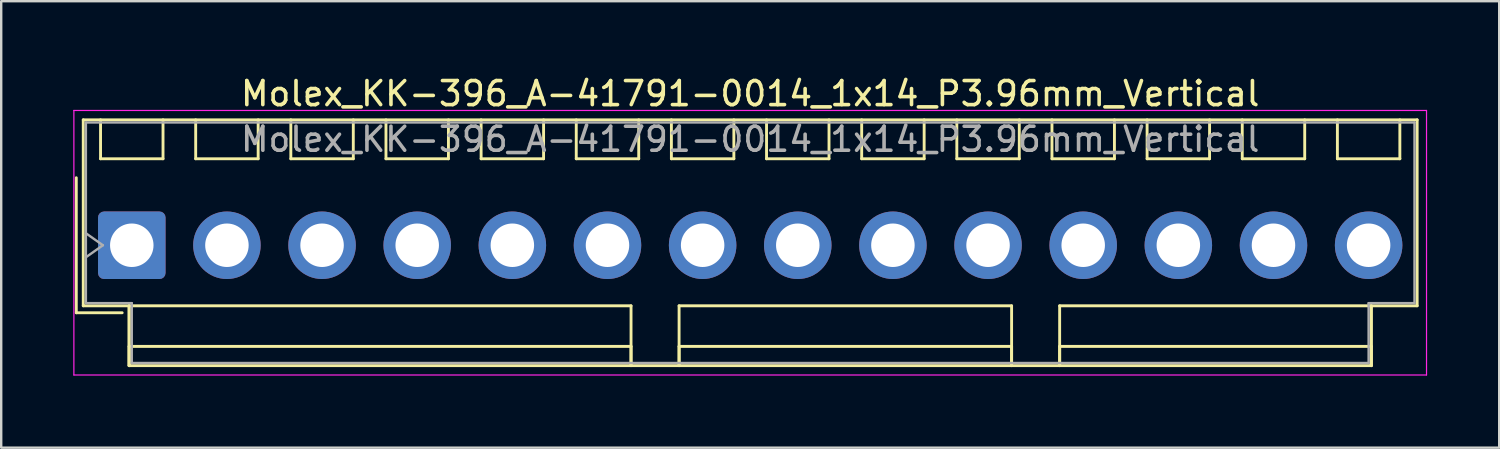
<source format=kicad_pcb>
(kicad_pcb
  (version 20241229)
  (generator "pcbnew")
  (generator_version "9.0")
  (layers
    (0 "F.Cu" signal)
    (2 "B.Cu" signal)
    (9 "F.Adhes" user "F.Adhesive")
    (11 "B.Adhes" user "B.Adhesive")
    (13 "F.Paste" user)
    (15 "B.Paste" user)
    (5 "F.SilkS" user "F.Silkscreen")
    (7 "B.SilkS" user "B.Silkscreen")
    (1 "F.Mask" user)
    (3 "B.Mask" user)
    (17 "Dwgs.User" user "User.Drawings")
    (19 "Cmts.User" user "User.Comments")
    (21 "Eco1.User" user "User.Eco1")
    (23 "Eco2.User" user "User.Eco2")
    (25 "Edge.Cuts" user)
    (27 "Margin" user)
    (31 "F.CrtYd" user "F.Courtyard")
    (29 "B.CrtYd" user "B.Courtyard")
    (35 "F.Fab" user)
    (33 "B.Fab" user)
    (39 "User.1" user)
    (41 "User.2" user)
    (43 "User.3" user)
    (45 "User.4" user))
  (footprint "Molex_KK-396_A-41791-0014_1x14_P3.96mm_Vertical"
    (layer "F.Cu")
    (at 2.435 7.158)
    (property "Reference" "Molex_KK-396_A-41791-0014_1x14_P3.96mm_Vertical" (at 25.74 -6.31 0) (layer "F.SilkS") (effects (font (size 1 1) (thickness 0.15))))
    (attr through_hole)
    (fp_line (start -2.31 -2.81) (end -2.31 2.81) (stroke (width 0.12) (type solid)) (layer "F.SilkS"))
    (fp_line (start -2.31 2.81) (end -0.4 2.81) (stroke (width 0.12) (type solid)) (layer "F.SilkS"))
    (fp_line (start -2.02 -5.22) (end 53.5 -5.22) (stroke (width 0.12) (type solid)) (layer "F.SilkS"))
    (fp_line (start -2.02 2.52) (end -2.02 -5.22) (stroke (width 0.12) (type solid)) (layer "F.SilkS"))
    (fp_line (start -1.3 -5.22) (end -1.3 -3.6) (stroke (width 0.12) (type solid)) (layer "F.SilkS"))
    (fp_line (start -1.3 -3.6) (end 1.3 -3.6) (stroke (width 0.12) (type solid)) (layer "F.SilkS"))
    (fp_line (start -0.11 2.52) (end -2.02 2.52) (stroke (width 0.12) (type solid)) (layer "F.SilkS"))
    (fp_line (start -0.11 2.52) (end 20.78 2.52) (stroke (width 0.12) (type solid)) (layer "F.SilkS"))
    (fp_line (start -0.11 4.21) (end 20.78 4.21) (stroke (width 0.12) (type solid)) (layer "F.SilkS"))
    (fp_line (start -0.11 5.01) (end -0.11 2.52) (stroke (width 0.12) (type solid)) (layer "F.SilkS"))
    (fp_line (start -0.11 5.01) (end -0.11 2.52) (stroke (width 0.12) (type solid)) (layer "F.SilkS"))
    (fp_line (start -0.11 5.01) (end -0.11 4.21) (stroke (width 0.12) (type solid)) (layer "F.SilkS"))
    (fp_line (start 1.3 -3.6) (end 1.3 -5.22) (stroke (width 0.12) (type solid)) (layer "F.SilkS"))
    (fp_line (start 2.66 -5.22) (end 2.66 -3.6) (stroke (width 0.12) (type solid)) (layer "F.SilkS"))
    (fp_line (start 2.66 -3.6) (end 5.26 -3.6) (stroke (width 0.12) (type solid)) (layer "F.SilkS"))
    (fp_line (start 5.26 -3.6) (end 5.26 -5.22) (stroke (width 0.12) (type solid)) (layer "F.SilkS"))
    (fp_line (start 6.62 -5.22) (end 6.62 -3.6) (stroke (width 0.12) (type solid)) (layer "F.SilkS"))
    (fp_line (start 6.62 -3.6) (end 9.22 -3.6) (stroke (width 0.12) (type solid)) (layer "F.SilkS"))
    (fp_line (start 9.22 -3.6) (end 9.22 -5.22) (stroke (width 0.12) (type solid)) (layer "F.SilkS"))
    (fp_line (start 10.58 -5.22) (end 10.58 -3.6) (stroke (width 0.12) (type solid)) (layer "F.SilkS"))
    (fp_line (start 10.58 -3.6) (end 13.18 -3.6) (stroke (width 0.12) (type solid)) (layer "F.SilkS"))
    (fp_line (start 13.18 -3.6) (end 13.18 -5.22) (stroke (width 0.12) (type solid)) (layer "F.SilkS"))
    (fp_line (start 14.54 -5.22) (end 14.54 -3.6) (stroke (width 0.12) (type solid)) (layer "F.SilkS"))
    (fp_line (start 14.54 -3.6) (end 17.14 -3.6) (stroke (width 0.12) (type solid)) (layer "F.SilkS"))
    (fp_line (start 17.14 -3.6) (end 17.14 -5.22) (stroke (width 0.12) (type solid)) (layer "F.SilkS"))
    (fp_line (start 18.5 -5.22) (end 18.5 -3.6) (stroke (width 0.12) (type solid)) (layer "F.SilkS"))
    (fp_line (start 18.5 -3.6) (end 21.1 -3.6) (stroke (width 0.12) (type solid)) (layer "F.SilkS"))
    (fp_line (start 20.78 2.52) (end 20.78 5.01) (stroke (width 0.12) (type solid)) (layer "F.SilkS"))
    (fp_line (start 20.78 4.21) (end 20.78 5.01) (stroke (width 0.12) (type solid)) (layer "F.SilkS"))
    (fp_line (start 21.1 -3.6) (end 21.1 -5.22) (stroke (width 0.12) (type solid)) (layer "F.SilkS"))
    (fp_line (start 22.46 -5.22) (end 22.46 -3.6) (stroke (width 0.12) (type solid)) (layer "F.SilkS"))
    (fp_line (start 22.46 -3.6) (end 25.06 -3.6) (stroke (width 0.12) (type solid)) (layer "F.SilkS"))
    (fp_line (start 22.78 2.52) (end 36.62 2.52) (stroke (width 0.12) (type solid)) (layer "F.SilkS"))
    (fp_line (start 22.78 4.21) (end 36.62 4.21) (stroke (width 0.12) (type solid)) (layer "F.SilkS"))
    (fp_line (start 22.78 5.01) (end 22.78 2.52) (stroke (width 0.12) (type solid)) (layer "F.SilkS"))
    (fp_line (start 22.78 5.01) (end 22.78 4.21) (stroke (width 0.12) (type solid)) (layer "F.SilkS"))
    (fp_line (start 25.06 -3.6) (end 25.06 -5.22) (stroke (width 0.12) (type solid)) (layer "F.SilkS"))
    (fp_line (start 26.42 -5.22) (end 26.42 -3.6) (stroke (width 0.12) (type solid)) (layer "F.SilkS"))
    (fp_line (start 26.42 -3.6) (end 29.02 -3.6) (stroke (width 0.12) (type solid)) (layer "F.SilkS"))
    (fp_line (start 29.02 -3.6) (end 29.02 -5.22) (stroke (width 0.12) (type solid)) (layer "F.SilkS"))
    (fp_line (start 30.38 -5.22) (end 30.38 -3.6) (stroke (width 0.12) (type solid)) (layer "F.SilkS"))
    (fp_line (start 30.38 -3.6) (end 32.98 -3.6) (stroke (width 0.12) (type solid)) (layer "F.SilkS"))
    (fp_line (start 32.98 -3.6) (end 32.98 -5.22) (stroke (width 0.12) (type solid)) (layer "F.SilkS"))
    (fp_line (start 34.34 -5.22) (end 34.34 -3.6) (stroke (width 0.12) (type solid)) (layer "F.SilkS"))
    (fp_line (start 34.34 -3.6) (end 36.94 -3.6) (stroke (width 0.12) (type solid)) (layer "F.SilkS"))
    (fp_line (start 36.62 2.52) (end 36.62 5.01) (stroke (width 0.12) (type solid)) (layer "F.SilkS"))
    (fp_line (start 36.62 4.21) (end 36.62 5.01) (stroke (width 0.12) (type solid)) (layer "F.SilkS"))
    (fp_line (start 36.94 -3.6) (end 36.94 -5.22) (stroke (width 0.12) (type solid)) (layer "F.SilkS"))
    (fp_line (start 38.3 -5.22) (end 38.3 -3.6) (stroke (width 0.12) (type solid)) (layer "F.SilkS"))
    (fp_line (start 38.3 -3.6) (end 40.9 -3.6) (stroke (width 0.12) (type solid)) (layer "F.SilkS"))
    (fp_line (start 38.62 2.52) (end 38.62 5.01) (stroke (width 0.12) (type solid)) (layer "F.SilkS"))
    (fp_line (start 38.62 4.21) (end 38.62 5.01) (stroke (width 0.12) (type solid)) (layer "F.SilkS"))
    (fp_line (start 40.9 -3.6) (end 40.9 -5.22) (stroke (width 0.12) (type solid)) (layer "F.SilkS"))
    (fp_line (start 42.26 -5.22) (end 42.26 -3.6) (stroke (width 0.12) (type solid)) (layer "F.SilkS"))
    (fp_line (start 42.26 -3.6) (end 44.86 -3.6) (stroke (width 0.12) (type solid)) (layer "F.SilkS"))
    (fp_line (start 44.86 -3.6) (end 44.86 -5.22) (stroke (width 0.12) (type solid)) (layer "F.SilkS"))
    (fp_line (start 46.22 -5.22) (end 46.22 -3.6) (stroke (width 0.12) (type solid)) (layer "F.SilkS"))
    (fp_line (start 46.22 -3.6) (end 48.82 -3.6) (stroke (width 0.12) (type solid)) (layer "F.SilkS"))
    (fp_line (start 48.82 -3.6) (end 48.82 -5.22) (stroke (width 0.12) (type solid)) (layer "F.SilkS"))
    (fp_line (start 50.18 -5.22) (end 50.18 -3.6) (stroke (width 0.12) (type solid)) (layer "F.SilkS"))
    (fp_line (start 50.18 -3.6) (end 52.78 -3.6) (stroke (width 0.12) (type solid)) (layer "F.SilkS"))
    (fp_line (start 51.59 2.52) (end 38.62 2.52) (stroke (width 0.12) (type solid)) (layer "F.SilkS"))
    (fp_line (start 51.59 2.52) (end 51.59 5.01) (stroke (width 0.12) (type solid)) (layer "F.SilkS"))
    (fp_line (start 51.59 4.21) (end 38.62 4.21) (stroke (width 0.12) (type solid)) (layer "F.SilkS"))
    (fp_line (start 51.59 5.01) (end -0.11 5.01) (stroke (width 0.12) (type solid)) (layer "F.SilkS"))
    (fp_line (start 51.59 5.01) (end 51.59 2.52) (stroke (width 0.12) (type solid)) (layer "F.SilkS"))
    (fp_line (start 51.59 5.01) (end 51.59 4.21) (stroke (width 0.12) (type solid)) (layer "F.SilkS"))
    (fp_line (start 52.78 -3.6) (end 52.78 -5.22) (stroke (width 0.12) (type solid)) (layer "F.SilkS"))
    (fp_line (start 53.5 -5.22) (end 53.5 2.52) (stroke (width 0.12) (type solid)) (layer "F.SilkS"))
    (fp_line (start 53.5 2.52) (end 51.59 2.52) (stroke (width 0.12) (type solid)) (layer "F.SilkS"))
    (fp_line (start -2.41 -5.61) (end -2.41 5.4) (stroke (width 0.05) (type solid)) (layer "F.CrtYd"))
    (fp_line (start -2.41 5.4) (end 53.89 5.4) (stroke (width 0.05) (type solid)) (layer "F.CrtYd"))
    (fp_line (start 53.89 -5.61) (end -2.41 -5.61) (stroke (width 0.05) (type solid)) (layer "F.CrtYd"))
    (fp_line (start 53.89 5.4) (end 53.89 -5.61) (stroke (width 0.05) (type solid)) (layer "F.CrtYd"))
    (fp_line (start -1.91 -5.11) (end 53.39 -5.11) (stroke (width 0.1) (type solid)) (layer "F.Fab"))
    (fp_line (start -1.91 -0.5) (end -1.203 0) (stroke (width 0.1) (type solid)) (layer "F.Fab"))
    (fp_line (start -1.91 2.41) (end -1.91 -5.11) (stroke (width 0.1) (type solid)) (layer "F.Fab"))
    (fp_line (start -1.203 0) (end -1.91 0.5) (stroke (width 0.1) (type solid)) (layer "F.Fab"))
    (fp_line (start 0 2.41) (end -1.91 2.41) (stroke (width 0.1) (type solid)) (layer "F.Fab"))
    (fp_line (start 0 4.9) (end 0 2.41) (stroke (width 0.1) (type solid)) (layer "F.Fab"))
    (fp_line (start 51.48 2.41) (end 51.48 4.9) (stroke (width 0.1) (type solid)) (layer "F.Fab"))
    (fp_line (start 51.48 4.9) (end 0 4.9) (stroke (width 0.1) (type solid)) (layer "F.Fab"))
    (fp_line (start 53.39 -5.11) (end 53.39 2.41) (stroke (width 0.1) (type solid)) (layer "F.Fab"))
    (fp_line (start 53.39 2.41) (end 51.48 2.41) (stroke (width 0.1) (type solid)) (layer "F.Fab"))
    (fp_text user "${REFERENCE}" (at 25.74 -4.41 0) (layer "F.Fab") (effects (font (size 1 1) (thickness 0.15))))
    (pad "1" thru_hole roundrect (at 0 0) (size 2.81 2.81) (drill 1.81) (layers "*.Cu" "*.Mask") (roundrect_rratio 0.089))
    (pad "2" thru_hole circle (at 3.96 0) (size 2.81 2.81) (drill 1.81) (layers "*.Cu" "*.Mask"))
    (pad "3" thru_hole circle (at 7.92 0) (size 2.81 2.81) (drill 1.81) (layers "*.Cu" "*.Mask"))
    (pad "4" thru_hole circle (at 11.88 0) (size 2.81 2.81) (drill 1.81) (layers "*.Cu" "*.Mask"))
    (pad "5" thru_hole circle (at 15.84 0) (size 2.81 2.81) (drill 1.81) (layers "*.Cu" "*.Mask"))
    (pad "6" thru_hole circle (at 19.8 0) (size 2.81 2.81) (drill 1.81) (layers "*.Cu" "*.Mask"))
    (pad "7" thru_hole circle (at 23.76 0) (size 2.81 2.81) (drill 1.81) (layers "*.Cu" "*.Mask"))
    (pad "8" thru_hole circle (at 27.72 0) (size 2.81 2.81) (drill 1.81) (layers "*.Cu" "*.Mask"))
    (pad "9" thru_hole circle (at 31.68 0) (size 2.81 2.81) (drill 1.81) (layers "*.Cu" "*.Mask"))
    (pad "10" thru_hole circle (at 35.64 0) (size 2.81 2.81) (drill 1.81) (layers "*.Cu" "*.Mask"))
    (pad "11" thru_hole circle (at 39.6 0) (size 2.81 2.81) (drill 1.81) (layers "*.Cu" "*.Mask"))
    (pad "12" thru_hole circle (at 43.56 0) (size 2.81 2.81) (drill 1.81) (layers "*.Cu" "*.Mask"))
    (pad "13" thru_hole circle (at 47.52 0) (size 2.81 2.81) (drill 1.81) (layers "*.Cu" "*.Mask"))
    (pad "14" thru_hole circle (at 51.48 0) (size 2.81 2.81) (drill 1.81) (layers "*.Cu" "*.Mask")))
  (gr_rect
    (start -3 -3)
    (end 59.35 15.583)
    (stroke (width 0.1) (type default))
    (fill no)
    (layer "Edge.Cuts")))
</source>
